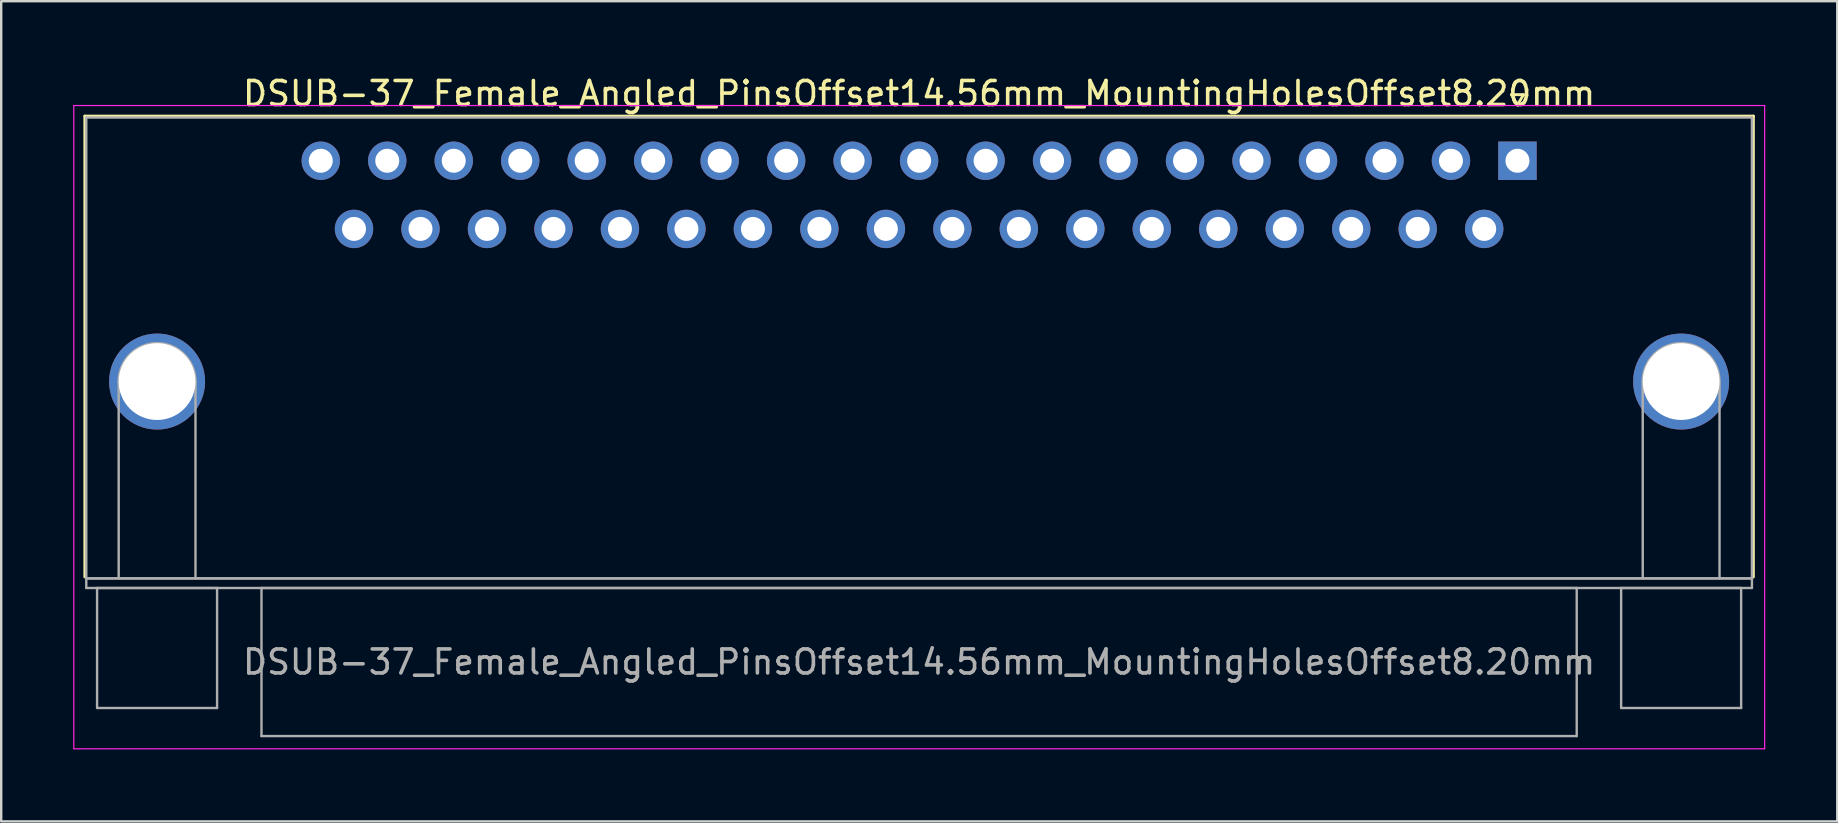
<source format=kicad_pcb>
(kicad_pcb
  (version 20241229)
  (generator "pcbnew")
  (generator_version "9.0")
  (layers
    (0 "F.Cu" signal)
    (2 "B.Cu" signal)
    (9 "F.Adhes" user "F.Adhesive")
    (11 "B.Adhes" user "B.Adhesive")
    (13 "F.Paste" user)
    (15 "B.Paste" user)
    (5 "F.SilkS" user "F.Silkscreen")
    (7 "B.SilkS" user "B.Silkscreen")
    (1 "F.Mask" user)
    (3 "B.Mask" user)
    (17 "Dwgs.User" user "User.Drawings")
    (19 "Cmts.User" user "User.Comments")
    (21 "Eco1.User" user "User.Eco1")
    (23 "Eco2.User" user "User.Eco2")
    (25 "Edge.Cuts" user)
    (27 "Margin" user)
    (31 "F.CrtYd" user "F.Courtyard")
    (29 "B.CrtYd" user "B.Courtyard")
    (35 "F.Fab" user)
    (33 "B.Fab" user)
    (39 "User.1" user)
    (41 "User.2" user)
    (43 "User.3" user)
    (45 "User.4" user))
  (footprint "DSUB-37_Female_Angled_PinsOffset14.56mm_MountingHolesOffset8.20mm"
    (layer "F.Cu")
    (at 60.175 3.648)
    (property "Reference" "DSUB-37_Female_Angled_PinsOffset14.56mm_MountingHolesOffset8.20mm" (at -24.93 -2.8 0) (layer "F.SilkS") (effects (font (size 1 1) (thickness 0.15))))
    (attr through_hole)
    (fp_line (start -59.69 -1.86) (end 9.83 -1.86) (stroke (width 0.12) (type solid)) (layer "F.SilkS"))
    (fp_line (start -59.69 17.34) (end -59.69 -1.86) (stroke (width 0.12) (type solid)) (layer "F.SilkS"))
    (fp_line (start -0.25 -2.754) (end 0.25 -2.754) (stroke (width 0.12) (type solid)) (layer "F.SilkS"))
    (fp_line (start 0 -2.321) (end -0.25 -2.754) (stroke (width 0.12) (type solid)) (layer "F.SilkS"))
    (fp_line (start 0.25 -2.754) (end 0 -2.321) (stroke (width 0.12) (type solid)) (layer "F.SilkS"))
    (fp_line (start 9.83 -1.86) (end 9.83 17.34) (stroke (width 0.12) (type solid)) (layer "F.SilkS"))
    (fp_line (start -60.15 -2.3) (end -60.15 24.5) (stroke (width 0.05) (type solid)) (layer "F.CrtYd"))
    (fp_line (start -60.15 24.5) (end 10.3 24.5) (stroke (width 0.05) (type solid)) (layer "F.CrtYd"))
    (fp_line (start 10.3 -2.3) (end -60.15 -2.3) (stroke (width 0.05) (type solid)) (layer "F.CrtYd"))
    (fp_line (start 10.3 24.5) (end 10.3 -2.3) (stroke (width 0.05) (type solid)) (layer "F.CrtYd"))
    (fp_line (start -59.63 -1.8) (end -59.63 17.4) (stroke (width 0.1) (type solid)) (layer "F.Fab"))
    (fp_line (start -59.63 17.4) (end -59.63 17.8) (stroke (width 0.1) (type solid)) (layer "F.Fab"))
    (fp_line (start -59.63 17.4) (end 9.77 17.4) (stroke (width 0.1) (type solid)) (layer "F.Fab"))
    (fp_line (start -59.63 17.8) (end 9.77 17.8) (stroke (width 0.1) (type solid)) (layer "F.Fab"))
    (fp_line (start -59.18 17.8) (end -59.18 22.8) (stroke (width 0.1) (type solid)) (layer "F.Fab"))
    (fp_line (start -59.18 22.8) (end -54.18 22.8) (stroke (width 0.1) (type solid)) (layer "F.Fab"))
    (fp_line (start -58.28 17.4) (end -58.28 9.2) (stroke (width 0.1) (type solid)) (layer "F.Fab"))
    (fp_line (start -55.08 17.4) (end -55.08 9.2) (stroke (width 0.1) (type solid)) (layer "F.Fab"))
    (fp_line (start -54.18 17.8) (end -59.18 17.8) (stroke (width 0.1) (type solid)) (layer "F.Fab"))
    (fp_line (start -54.18 22.8) (end -54.18 17.8) (stroke (width 0.1) (type solid)) (layer "F.Fab"))
    (fp_line (start -52.33 17.8) (end -52.33 23.97) (stroke (width 0.1) (type solid)) (layer "F.Fab"))
    (fp_line (start -52.33 23.97) (end 2.47 23.97) (stroke (width 0.1) (type solid)) (layer "F.Fab"))
    (fp_line (start 2.47 17.8) (end -52.33 17.8) (stroke (width 0.1) (type solid)) (layer "F.Fab"))
    (fp_line (start 2.47 23.97) (end 2.47 17.8) (stroke (width 0.1) (type solid)) (layer "F.Fab"))
    (fp_line (start 4.32 17.8) (end 4.32 22.8) (stroke (width 0.1) (type solid)) (layer "F.Fab"))
    (fp_line (start 4.32 22.8) (end 9.32 22.8) (stroke (width 0.1) (type solid)) (layer "F.Fab"))
    (fp_line (start 5.22 17.4) (end 5.22 9.2) (stroke (width 0.1) (type solid)) (layer "F.Fab"))
    (fp_line (start 8.42 17.4) (end 8.42 9.2) (stroke (width 0.1) (type solid)) (layer "F.Fab"))
    (fp_line (start 9.32 17.8) (end 4.32 17.8) (stroke (width 0.1) (type solid)) (layer "F.Fab"))
    (fp_line (start 9.32 22.8) (end 9.32 17.8) (stroke (width 0.1) (type solid)) (layer "F.Fab"))
    (fp_line (start 9.77 -1.8) (end -59.63 -1.8) (stroke (width 0.1) (type solid)) (layer "F.Fab"))
    (fp_line (start 9.77 17.4) (end -59.63 17.4) (stroke (width 0.1) (type solid)) (layer "F.Fab"))
    (fp_line (start 9.77 17.4) (end 9.77 -1.8) (stroke (width 0.1) (type solid)) (layer "F.Fab"))
    (fp_line (start 9.77 17.8) (end 9.77 17.4) (stroke (width 0.1) (type solid)) (layer "F.Fab"))
    (fp_arc (start -58.28 9.2) (mid -56.68 7.6) (end -55.08 9.2) (stroke (width 0.1) (type solid)) (layer "F.Fab"))
    (fp_arc (start 5.22 9.2) (mid 6.82 7.6) (end 8.42 9.2) (stroke (width 0.1) (type solid)) (layer "F.Fab"))
    (fp_text user "${REFERENCE}" (at -24.93 20.885 0) (layer "F.Fab") (effects (font (size 1 1) (thickness 0.15))))
    (pad "0" thru_hole circle (at -56.68 9.2) (size 4 4) (drill 3.2) (layers "*.Cu" "*.Mask"))
    (pad "0" thru_hole circle (at 6.82 9.2) (size 4 4) (drill 3.2) (layers "*.Cu" "*.Mask"))
    (pad "1" thru_hole rect (at 0 0) (size 1.6 1.6) (drill 1) (layers "*.Cu" "*.Mask"))
    (pad "2" thru_hole circle (at -2.77 0) (size 1.6 1.6) (drill 1) (layers "*.Cu" "*.Mask"))
    (pad "3" thru_hole circle (at -5.54 0) (size 1.6 1.6) (drill 1) (layers "*.Cu" "*.Mask"))
    (pad "4" thru_hole circle (at -8.31 0) (size 1.6 1.6) (drill 1) (layers "*.Cu" "*.Mask"))
    (pad "5" thru_hole circle (at -11.08 0) (size 1.6 1.6) (drill 1) (layers "*.Cu" "*.Mask"))
    (pad "6" thru_hole circle (at -13.85 0) (size 1.6 1.6) (drill 1) (layers "*.Cu" "*.Mask"))
    (pad "7" thru_hole circle (at -16.62 0) (size 1.6 1.6) (drill 1) (layers "*.Cu" "*.Mask"))
    (pad "8" thru_hole circle (at -19.39 0) (size 1.6 1.6) (drill 1) (layers "*.Cu" "*.Mask"))
    (pad "9" thru_hole circle (at -22.16 0) (size 1.6 1.6) (drill 1) (layers "*.Cu" "*.Mask"))
    (pad "10" thru_hole circle (at -24.93 0) (size 1.6 1.6) (drill 1) (layers "*.Cu" "*.Mask"))
    (pad "11" thru_hole circle (at -27.7 0) (size 1.6 1.6) (drill 1) (layers "*.Cu" "*.Mask"))
    (pad "12" thru_hole circle (at -30.47 0) (size 1.6 1.6) (drill 1) (layers "*.Cu" "*.Mask"))
    (pad "13" thru_hole circle (at -33.24 0) (size 1.6 1.6) (drill 1) (layers "*.Cu" "*.Mask"))
    (pad "14" thru_hole circle (at -36.01 0) (size 1.6 1.6) (drill 1) (layers "*.Cu" "*.Mask"))
    (pad "15" thru_hole circle (at -38.78 0) (size 1.6 1.6) (drill 1) (layers "*.Cu" "*.Mask"))
    (pad "16" thru_hole circle (at -41.55 0) (size 1.6 1.6) (drill 1) (layers "*.Cu" "*.Mask"))
    (pad "17" thru_hole circle (at -44.32 0) (size 1.6 1.6) (drill 1) (layers "*.Cu" "*.Mask"))
    (pad "18" thru_hole circle (at -47.09 0) (size 1.6 1.6) (drill 1) (layers "*.Cu" "*.Mask"))
    (pad "19" thru_hole circle (at -49.86 0) (size 1.6 1.6) (drill 1) (layers "*.Cu" "*.Mask"))
    (pad "20" thru_hole circle (at -1.385 2.84) (size 1.6 1.6) (drill 1) (layers "*.Cu" "*.Mask"))
    (pad "21" thru_hole circle (at -4.155 2.84) (size 1.6 1.6) (drill 1) (layers "*.Cu" "*.Mask"))
    (pad "22" thru_hole circle (at -6.925 2.84) (size 1.6 1.6) (drill 1) (layers "*.Cu" "*.Mask"))
    (pad "23" thru_hole circle (at -9.695 2.84) (size 1.6 1.6) (drill 1) (layers "*.Cu" "*.Mask"))
    (pad "24" thru_hole circle (at -12.465 2.84) (size 1.6 1.6) (drill 1) (layers "*.Cu" "*.Mask"))
    (pad "25" thru_hole circle (at -15.235 2.84) (size 1.6 1.6) (drill 1) (layers "*.Cu" "*.Mask"))
    (pad "26" thru_hole circle (at -18.005 2.84) (size 1.6 1.6) (drill 1) (layers "*.Cu" "*.Mask"))
    (pad "27" thru_hole circle (at -20.775 2.84) (size 1.6 1.6) (drill 1) (layers "*.Cu" "*.Mask"))
    (pad "28" thru_hole circle (at -23.545 2.84) (size 1.6 1.6) (drill 1) (layers "*.Cu" "*.Mask"))
    (pad "29" thru_hole circle (at -26.315 2.84) (size 1.6 1.6) (drill 1) (layers "*.Cu" "*.Mask"))
    (pad "30" thru_hole circle (at -29.085 2.84) (size 1.6 1.6) (drill 1) (layers "*.Cu" "*.Mask"))
    (pad "31" thru_hole circle (at -31.855 2.84) (size 1.6 1.6) (drill 1) (layers "*.Cu" "*.Mask"))
    (pad "32" thru_hole circle (at -34.625 2.84) (size 1.6 1.6) (drill 1) (layers "*.Cu" "*.Mask"))
    (pad "33" thru_hole circle (at -37.395 2.84) (size 1.6 1.6) (drill 1) (layers "*.Cu" "*.Mask"))
    (pad "34" thru_hole circle (at -40.165 2.84) (size 1.6 1.6) (drill 1) (layers "*.Cu" "*.Mask"))
    (pad "35" thru_hole circle (at -42.935 2.84) (size 1.6 1.6) (drill 1) (layers "*.Cu" "*.Mask"))
    (pad "36" thru_hole circle (at -45.705 2.84) (size 1.6 1.6) (drill 1) (layers "*.Cu" "*.Mask"))
    (pad "37" thru_hole circle (at -48.475 2.84) (size 1.6 1.6) (drill 1) (layers "*.Cu" "*.Mask")))
  (gr_rect
    (start -3 -3)
    (end 73.5 31.173)
    (stroke (width 0.1) (type default))
    (fill no)
    (layer "Edge.Cuts")))
</source>
